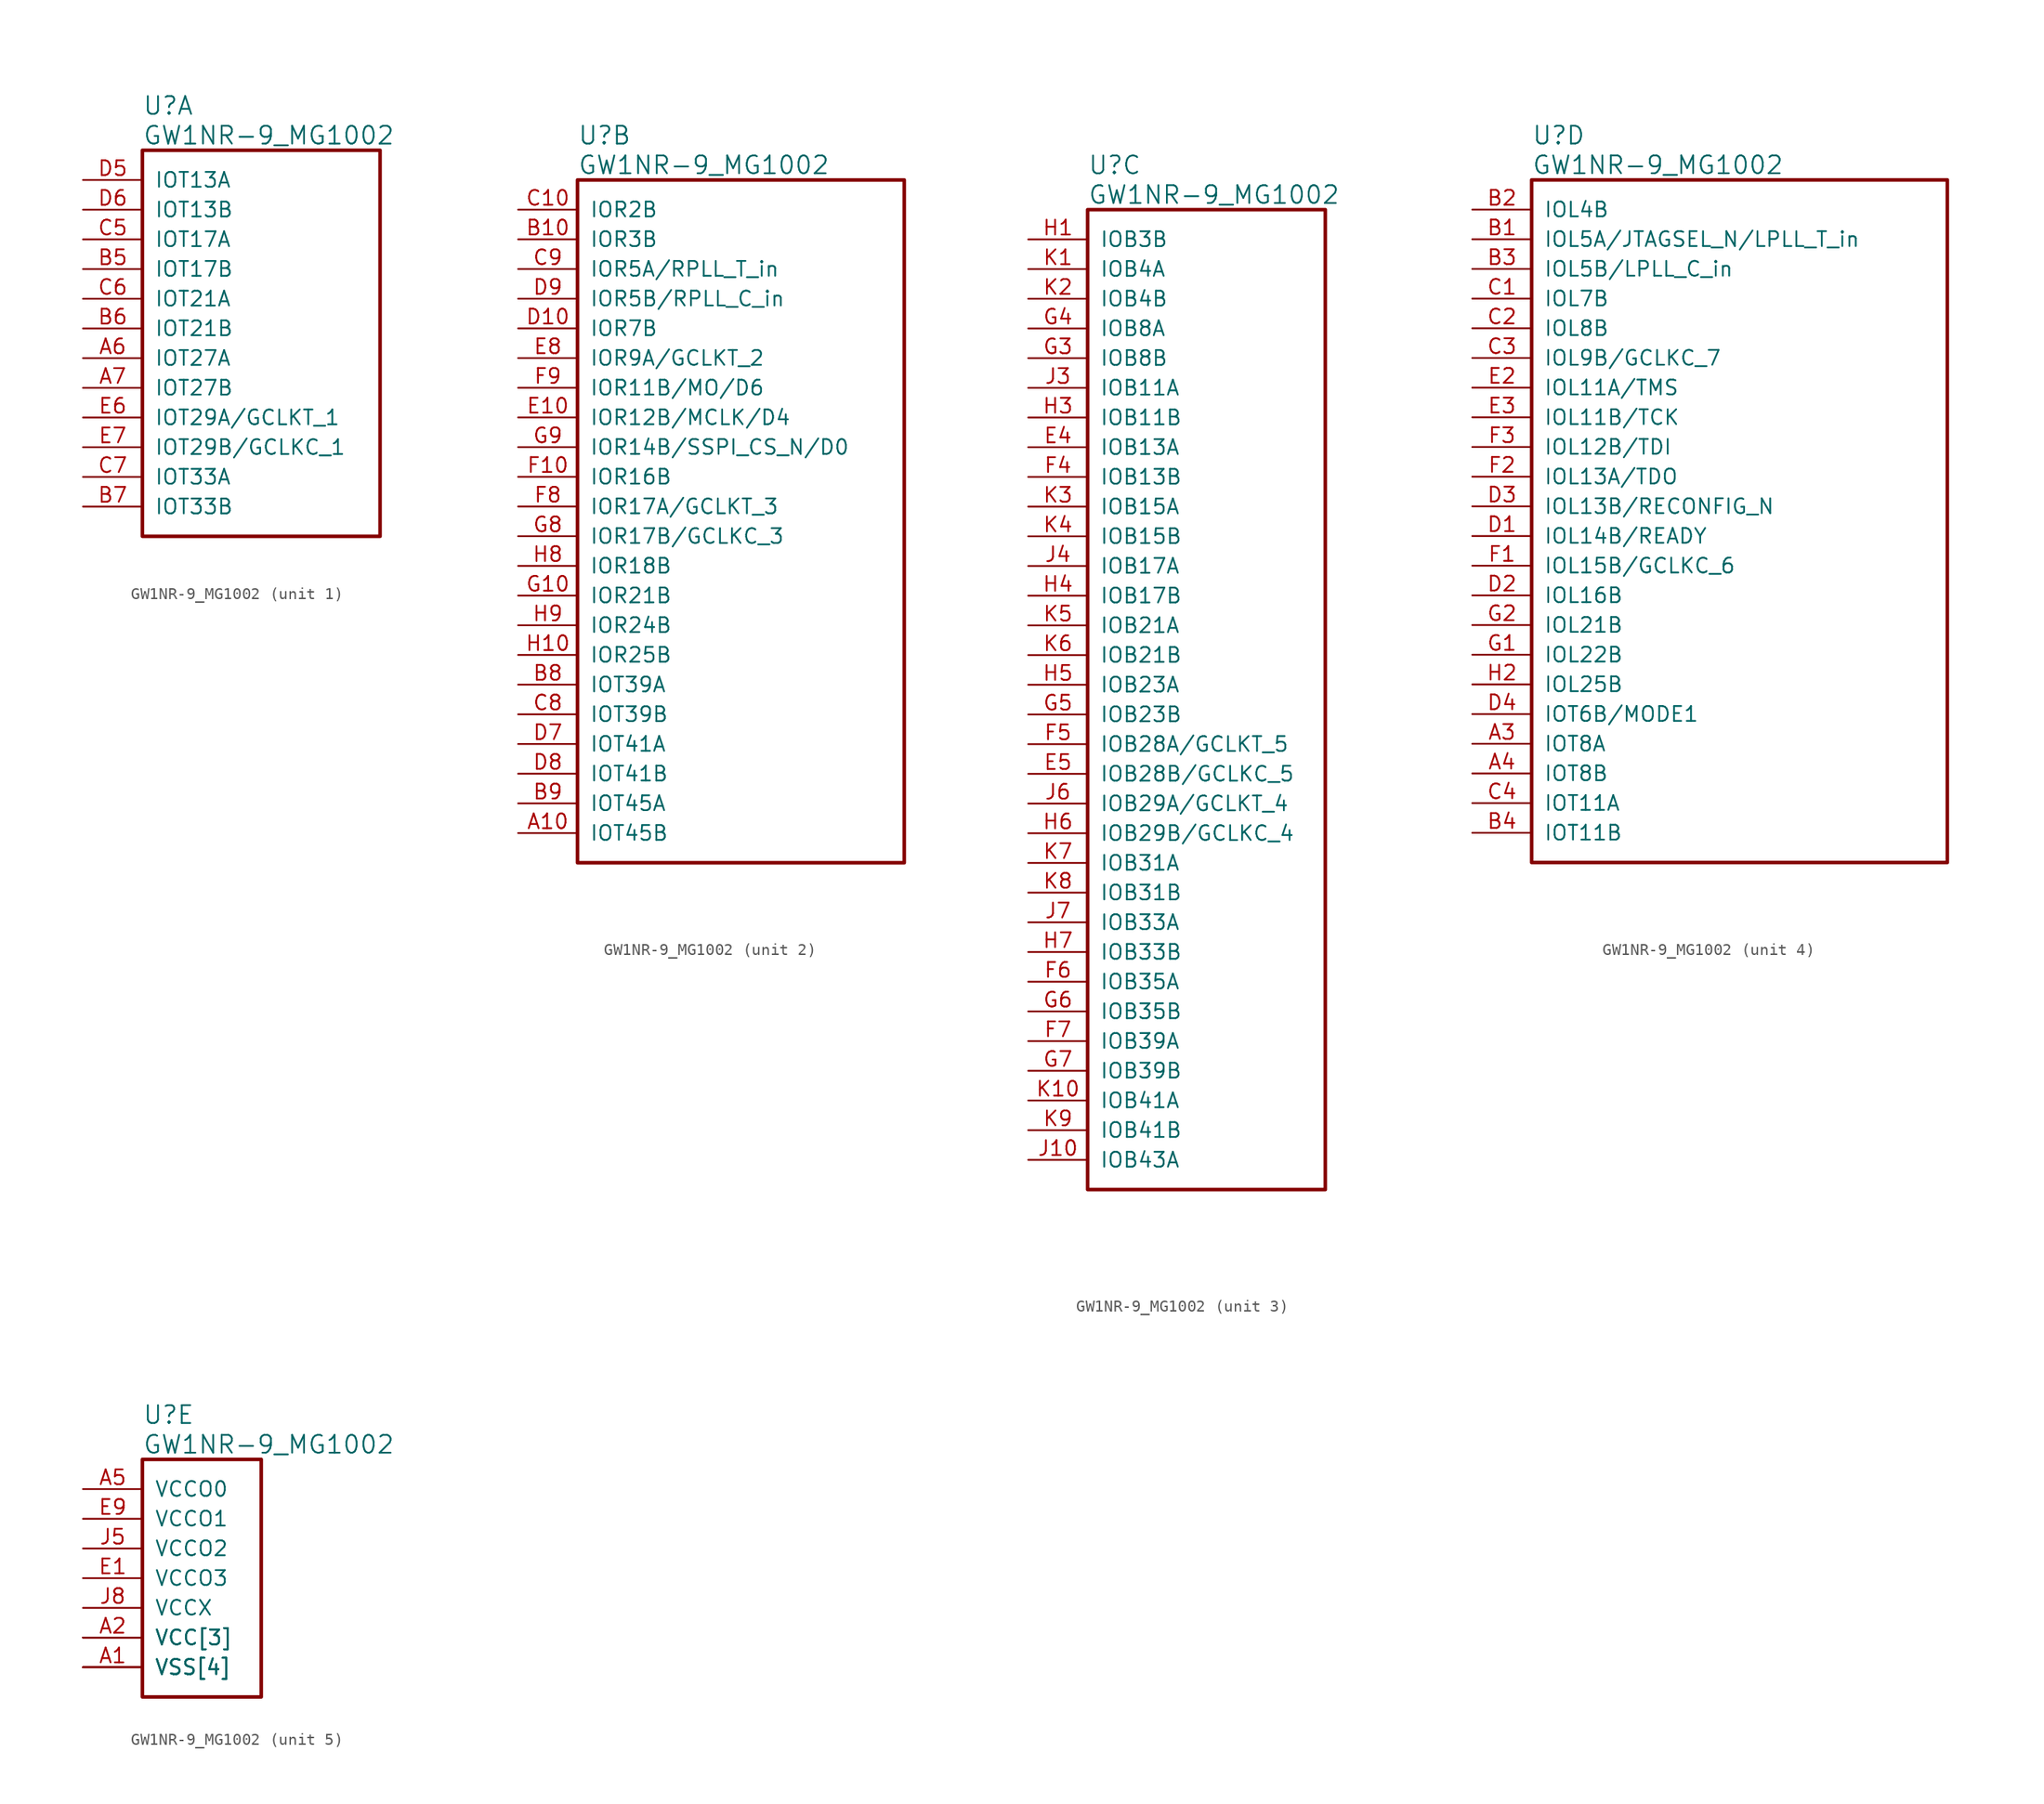
<source format=kicad_sym>
(kicad_symbol_lib
  (version 20211014)
  (generator kicad_symbol_editor)
  (symbol "GW1NR-9_MG1002"
    (pin_names
      (offset 1.016))
    (property "Reference" "U"
      (at 5.08 6.35 0)
      (effects (font (size 1.524 1.524)) (justify left)))
    (property "Value" "GW1NR-9_MG1002"
      (at 5.08 3.81 0)
      (effects (font (size 1.524 1.524)) (justify left)))
    (property "ki_locked" ""
      (at 0 0 0)
      (effects (font (size 1.27 1.27))))
    (symbol "GW1NR-9_MG1002_1_1"
      (rectangle (start 5.08 2.54) (end 25.4 -30.48) (stroke (width 0.305) (type default) (color 0 0 0 0)) (fill (type none)))
      (pin bidirectional line (at 0 -15.24 0) (length 5.08) (name "IOT27A" (effects (font (size 1.27 1.27)))) (number "A6" (effects (font (size 1.27 1.27)))))
      (pin bidirectional line (at 0 -17.78 0) (length 5.08) (name "IOT27B" (effects (font (size 1.27 1.27)))) (number "A7" (effects (font (size 1.27 1.27)))))
      (pin bidirectional line (at 0 -7.62 0) (length 5.08) (name "IOT17B" (effects (font (size 1.27 1.27)))) (number "B5" (effects (font (size 1.27 1.27)))))
      (pin bidirectional line (at 0 -12.7 0) (length 5.08) (name "IOT21B" (effects (font (size 1.27 1.27)))) (number "B6" (effects (font (size 1.27 1.27)))))
      (pin bidirectional line (at 0 -27.94 0) (length 5.08) (name "IOT33B" (effects (font (size 1.27 1.27)))) (number "B7" (effects (font (size 1.27 1.27)))))
      (pin bidirectional line (at 0 -5.08 0) (length 5.08) (name "IOT17A" (effects (font (size 1.27 1.27)))) (number "C5" (effects (font (size 1.27 1.27)))))
      (pin bidirectional line (at 0 -10.16 0) (length 5.08) (name "IOT21A" (effects (font (size 1.27 1.27)))) (number "C6" (effects (font (size 1.27 1.27)))))
      (pin bidirectional line (at 0 -25.4 0) (length 5.08) (name "IOT33A" (effects (font (size 1.27 1.27)))) (number "C7" (effects (font (size 1.27 1.27)))))
      (pin bidirectional line (at 0 0 0) (length 5.08) (name "IOT13A" (effects (font (size 1.27 1.27)))) (number "D5" (effects (font (size 1.27 1.27)))))
      (pin bidirectional line (at 0 -2.54 0) (length 5.08) (name "IOT13B" (effects (font (size 1.27 1.27)))) (number "D6" (effects (font (size 1.27 1.27)))))
      (pin bidirectional line (at 0 -20.32 0) (length 5.08) (name "IOT29A/GCLKT_1" (effects (font (size 1.27 1.27)))) (number "E6" (effects (font (size 1.27 1.27)))))
      (pin bidirectional line (at 0 -22.86 0) (length 5.08) (name "IOT29B/GCLKC_1" (effects (font (size 1.27 1.27)))) (number "E7" (effects (font (size 1.27 1.27))))))
    (symbol "GW1NR-9_MG1002_2_1"
      (rectangle (start 5.08 2.54) (end 33.02 -55.88) (stroke (width 0.305) (type default) (color 0 0 0 0)) (fill (type none)))
      (pin bidirectional line (at 0 -53.34 0) (length 5.08) (name "IOT45B" (effects (font (size 1.27 1.27)))) (number "A10" (effects (font (size 1.27 1.27)))))
      (pin bidirectional line (at 0 -2.54 0) (length 5.08) (name "IOR3B" (effects (font (size 1.27 1.27)))) (number "B10" (effects (font (size 1.27 1.27)))))
      (pin bidirectional line (at 0 -40.64 0) (length 5.08) (name "IOT39A" (effects (font (size 1.27 1.27)))) (number "B8" (effects (font (size 1.27 1.27)))))
      (pin bidirectional line (at 0 -50.8 0) (length 5.08) (name "IOT45A" (effects (font (size 1.27 1.27)))) (number "B9" (effects (font (size 1.27 1.27)))))
      (pin bidirectional line (at 0 0 0) (length 5.08) (name "IOR2B" (effects (font (size 1.27 1.27)))) (number "C10" (effects (font (size 1.27 1.27)))))
      (pin bidirectional line (at 0 -43.18 0) (length 5.08) (name "IOT39B" (effects (font (size 1.27 1.27)))) (number "C8" (effects (font (size 1.27 1.27)))))
      (pin bidirectional line (at 0 -5.08 0) (length 5.08) (name "IOR5A/RPLL_T_in" (effects (font (size 1.27 1.27)))) (number "C9" (effects (font (size 1.27 1.27)))))
      (pin bidirectional line (at 0 -10.16 0) (length 5.08) (name "IOR7B" (effects (font (size 1.27 1.27)))) (number "D10" (effects (font (size 1.27 1.27)))))
      (pin bidirectional line (at 0 -45.72 0) (length 5.08) (name "IOT41A" (effects (font (size 1.27 1.27)))) (number "D7" (effects (font (size 1.27 1.27)))))
      (pin bidirectional line (at 0 -48.26 0) (length 5.08) (name "IOT41B" (effects (font (size 1.27 1.27)))) (number "D8" (effects (font (size 1.27 1.27)))))
      (pin bidirectional line (at 0 -7.62 0) (length 5.08) (name "IOR5B/RPLL_C_in" (effects (font (size 1.27 1.27)))) (number "D9" (effects (font (size 1.27 1.27)))))
      (pin bidirectional line (at 0 -17.78 0) (length 5.08) (name "IOR12B/MCLK/D4" (effects (font (size 1.27 1.27)))) (number "E10" (effects (font (size 1.27 1.27)))))
      (pin bidirectional line (at 0 -12.7 0) (length 5.08) (name "IOR9A/GCLKT_2" (effects (font (size 1.27 1.27)))) (number "E8" (effects (font (size 1.27 1.27)))))
      (pin bidirectional line (at 0 -22.86 0) (length 5.08) (name "IOR16B" (effects (font (size 1.27 1.27)))) (number "F10" (effects (font (size 1.27 1.27)))))
      (pin bidirectional line (at 0 -25.4 0) (length 5.08) (name "IOR17A/GCLKT_3" (effects (font (size 1.27 1.27)))) (number "F8" (effects (font (size 1.27 1.27)))))
      (pin bidirectional line (at 0 -15.24 0) (length 5.08) (name "IOR11B/MO/D6" (effects (font (size 1.27 1.27)))) (number "F9" (effects (font (size 1.27 1.27)))))
      (pin bidirectional line (at 0 -33.02 0) (length 5.08) (name "IOR21B" (effects (font (size 1.27 1.27)))) (number "G10" (effects (font (size 1.27 1.27)))))
      (pin bidirectional line (at 0 -27.94 0) (length 5.08) (name "IOR17B/GCLKC_3" (effects (font (size 1.27 1.27)))) (number "G8" (effects (font (size 1.27 1.27)))))
      (pin bidirectional line (at 0 -20.32 0) (length 5.08) (name "IOR14B/SSPI_CS_N/D0" (effects (font (size 1.27 1.27)))) (number "G9" (effects (font (size 1.27 1.27)))))
      (pin bidirectional line (at 0 -38.1 0) (length 5.08) (name "IOR25B" (effects (font (size 1.27 1.27)))) (number "H10" (effects (font (size 1.27 1.27)))))
      (pin bidirectional line (at 0 -30.48 0) (length 5.08) (name "IOR18B" (effects (font (size 1.27 1.27)))) (number "H8" (effects (font (size 1.27 1.27)))))
      (pin bidirectional line (at 0 -35.56 0) (length 5.08) (name "IOR24B" (effects (font (size 1.27 1.27)))) (number "H9" (effects (font (size 1.27 1.27))))))
    (symbol "GW1NR-9_MG1002_3_1"
      (rectangle (start 5.08 2.54) (end 25.4 -81.28) (stroke (width 0.305) (type default) (color 0 0 0 0)) (fill (type none)))
      (pin bidirectional line (at 0 -17.78 0) (length 5.08) (name "IOB13A" (effects (font (size 1.27 1.27)))) (number "E4" (effects (font (size 1.27 1.27)))))
      (pin bidirectional line (at 0 -45.72 0) (length 5.08) (name "IOB28B/GCLKC_5" (effects (font (size 1.27 1.27)))) (number "E5" (effects (font (size 1.27 1.27)))))
      (pin bidirectional line (at 0 -20.32 0) (length 5.08) (name "IOB13B" (effects (font (size 1.27 1.27)))) (number "F4" (effects (font (size 1.27 1.27)))))
      (pin bidirectional line (at 0 -43.18 0) (length 5.08) (name "IOB28A/GCLKT_5" (effects (font (size 1.27 1.27)))) (number "F5" (effects (font (size 1.27 1.27)))))
      (pin bidirectional line (at 0 -63.5 0) (length 5.08) (name "IOB35A" (effects (font (size 1.27 1.27)))) (number "F6" (effects (font (size 1.27 1.27)))))
      (pin bidirectional line (at 0 -68.58 0) (length 5.08) (name "IOB39A" (effects (font (size 1.27 1.27)))) (number "F7" (effects (font (size 1.27 1.27)))))
      (pin bidirectional line (at 0 -10.16 0) (length 5.08) (name "IOB8B" (effects (font (size 1.27 1.27)))) (number "G3" (effects (font (size 1.27 1.27)))))
      (pin bidirectional line (at 0 -7.62 0) (length 5.08) (name "IOB8A" (effects (font (size 1.27 1.27)))) (number "G4" (effects (font (size 1.27 1.27)))))
      (pin bidirectional line (at 0 -40.64 0) (length 5.08) (name "IOB23B" (effects (font (size 1.27 1.27)))) (number "G5" (effects (font (size 1.27 1.27)))))
      (pin bidirectional line (at 0 -66.04 0) (length 5.08) (name "IOB35B" (effects (font (size 1.27 1.27)))) (number "G6" (effects (font (size 1.27 1.27)))))
      (pin bidirectional line (at 0 -71.12 0) (length 5.08) (name "IOB39B" (effects (font (size 1.27 1.27)))) (number "G7" (effects (font (size 1.27 1.27)))))
      (pin bidirectional line (at 0 0 0) (length 5.08) (name "IOB3B" (effects (font (size 1.27 1.27)))) (number "H1" (effects (font (size 1.27 1.27)))))
      (pin bidirectional line (at 0 -15.24 0) (length 5.08) (name "IOB11B" (effects (font (size 1.27 1.27)))) (number "H3" (effects (font (size 1.27 1.27)))))
      (pin bidirectional line (at 0 -30.48 0) (length 5.08) (name "IOB17B" (effects (font (size 1.27 1.27)))) (number "H4" (effects (font (size 1.27 1.27)))))
      (pin bidirectional line (at 0 -38.1 0) (length 5.08) (name "IOB23A" (effects (font (size 1.27 1.27)))) (number "H5" (effects (font (size 1.27 1.27)))))
      (pin bidirectional line (at 0 -50.8 0) (length 5.08) (name "IOB29B/GCLKC_4" (effects (font (size 1.27 1.27)))) (number "H6" (effects (font (size 1.27 1.27)))))
      (pin bidirectional line (at 0 -60.96 0) (length 5.08) (name "IOB33B" (effects (font (size 1.27 1.27)))) (number "H7" (effects (font (size 1.27 1.27)))))
      (pin bidirectional line (at 0 -78.74 0) (length 5.08) (name "IOB43A" (effects (font (size 1.27 1.27)))) (number "J10" (effects (font (size 1.27 1.27)))))
      (pin bidirectional line (at 0 -12.7 0) (length 5.08) (name "IOB11A" (effects (font (size 1.27 1.27)))) (number "J3" (effects (font (size 1.27 1.27)))))
      (pin bidirectional line (at 0 -27.94 0) (length 5.08) (name "IOB17A" (effects (font (size 1.27 1.27)))) (number "J4" (effects (font (size 1.27 1.27)))))
      (pin bidirectional line (at 0 -48.26 0) (length 5.08) (name "IOB29A/GCLKT_4" (effects (font (size 1.27 1.27)))) (number "J6" (effects (font (size 1.27 1.27)))))
      (pin bidirectional line (at 0 -58.42 0) (length 5.08) (name "IOB33A" (effects (font (size 1.27 1.27)))) (number "J7" (effects (font (size 1.27 1.27)))))
      (pin bidirectional line (at 0 -2.54 0) (length 5.08) (name "IOB4A" (effects (font (size 1.27 1.27)))) (number "K1" (effects (font (size 1.27 1.27)))))
      (pin bidirectional line (at 0 -73.66 0) (length 5.08) (name "IOB41A" (effects (font (size 1.27 1.27)))) (number "K10" (effects (font (size 1.27 1.27)))))
      (pin bidirectional line (at 0 -5.08 0) (length 5.08) (name "IOB4B" (effects (font (size 1.27 1.27)))) (number "K2" (effects (font (size 1.27 1.27)))))
      (pin bidirectional line (at 0 -22.86 0) (length 5.08) (name "IOB15A" (effects (font (size 1.27 1.27)))) (number "K3" (effects (font (size 1.27 1.27)))))
      (pin bidirectional line (at 0 -25.4 0) (length 5.08) (name "IOB15B" (effects (font (size 1.27 1.27)))) (number "K4" (effects (font (size 1.27 1.27)))))
      (pin bidirectional line (at 0 -33.02 0) (length 5.08) (name "IOB21A" (effects (font (size 1.27 1.27)))) (number "K5" (effects (font (size 1.27 1.27)))))
      (pin bidirectional line (at 0 -35.56 0) (length 5.08) (name "IOB21B" (effects (font (size 1.27 1.27)))) (number "K6" (effects (font (size 1.27 1.27)))))
      (pin bidirectional line (at 0 -53.34 0) (length 5.08) (name "IOB31A" (effects (font (size 1.27 1.27)))) (number "K7" (effects (font (size 1.27 1.27)))))
      (pin bidirectional line (at 0 -55.88 0) (length 5.08) (name "IOB31B" (effects (font (size 1.27 1.27)))) (number "K8" (effects (font (size 1.27 1.27)))))
      (pin bidirectional line (at 0 -76.2 0) (length 5.08) (name "IOB41B" (effects (font (size 1.27 1.27)))) (number "K9" (effects (font (size 1.27 1.27))))))
    (symbol "GW1NR-9_MG1002_4_1"
      (rectangle (start 5.08 2.54) (end 40.64 -55.88) (stroke (width 0.305) (type default) (color 0 0 0 0)) (fill (type none)))
      (pin bidirectional line (at 0 -45.72 0) (length 5.08) (name "IOT8A" (effects (font (size 1.27 1.27)))) (number "A3" (effects (font (size 1.27 1.27)))))
      (pin bidirectional line (at 0 -48.26 0) (length 5.08) (name "IOT8B" (effects (font (size 1.27 1.27)))) (number "A4" (effects (font (size 1.27 1.27)))))
      (pin bidirectional line (at 0 -2.54 0) (length 5.08) (name "IOL5A/JTAGSEL_N/LPLL_T_in" (effects (font (size 1.27 1.27)))) (number "B1" (effects (font (size 1.27 1.27)))))
      (pin bidirectional line (at 0 0 0) (length 5.08) (name "IOL4B" (effects (font (size 1.27 1.27)))) (number "B2" (effects (font (size 1.27 1.27)))))
      (pin bidirectional line (at 0 -5.08 0) (length 5.08) (name "IOL5B/LPLL_C_in" (effects (font (size 1.27 1.27)))) (number "B3" (effects (font (size 1.27 1.27)))))
      (pin bidirectional line (at 0 -53.34 0) (length 5.08) (name "IOT11B" (effects (font (size 1.27 1.27)))) (number "B4" (effects (font (size 1.27 1.27)))))
      (pin bidirectional line (at 0 -7.62 0) (length 5.08) (name "IOL7B" (effects (font (size 1.27 1.27)))) (number "C1" (effects (font (size 1.27 1.27)))))
      (pin bidirectional line (at 0 -10.16 0) (length 5.08) (name "IOL8B" (effects (font (size 1.27 1.27)))) (number "C2" (effects (font (size 1.27 1.27)))))
      (pin bidirectional line (at 0 -12.7 0) (length 5.08) (name "IOL9B/GCLKC_7" (effects (font (size 1.27 1.27)))) (number "C3" (effects (font (size 1.27 1.27)))))
      (pin bidirectional line (at 0 -50.8 0) (length 5.08) (name "IOT11A" (effects (font (size 1.27 1.27)))) (number "C4" (effects (font (size 1.27 1.27)))))
      (pin bidirectional line (at 0 -27.94 0) (length 5.08) (name "IOL14B/READY" (effects (font (size 1.27 1.27)))) (number "D1" (effects (font (size 1.27 1.27)))))
      (pin bidirectional line (at 0 -33.02 0) (length 5.08) (name "IOL16B" (effects (font (size 1.27 1.27)))) (number "D2" (effects (font (size 1.27 1.27)))))
      (pin bidirectional line (at 0 -25.4 0) (length 5.08) (name "IOL13B/RECONFIG_N" (effects (font (size 1.27 1.27)))) (number "D3" (effects (font (size 1.27 1.27)))))
      (pin bidirectional line (at 0 -43.18 0) (length 5.08) (name "IOT6B/MODE1" (effects (font (size 1.27 1.27)))) (number "D4" (effects (font (size 1.27 1.27)))))
      (pin bidirectional line (at 0 -15.24 0) (length 5.08) (name "IOL11A/TMS" (effects (font (size 1.27 1.27)))) (number "E2" (effects (font (size 1.27 1.27)))))
      (pin bidirectional line (at 0 -17.78 0) (length 5.08) (name "IOL11B/TCK" (effects (font (size 1.27 1.27)))) (number "E3" (effects (font (size 1.27 1.27)))))
      (pin bidirectional line (at 0 -30.48 0) (length 5.08) (name "IOL15B/GCLKC_6" (effects (font (size 1.27 1.27)))) (number "F1" (effects (font (size 1.27 1.27)))))
      (pin bidirectional line (at 0 -22.86 0) (length 5.08) (name "IOL13A/TDO" (effects (font (size 1.27 1.27)))) (number "F2" (effects (font (size 1.27 1.27)))))
      (pin bidirectional line (at 0 -20.32 0) (length 5.08) (name "IOL12B/TDI" (effects (font (size 1.27 1.27)))) (number "F3" (effects (font (size 1.27 1.27)))))
      (pin bidirectional line (at 0 -38.1 0) (length 5.08) (name "IOL22B" (effects (font (size 1.27 1.27)))) (number "G1" (effects (font (size 1.27 1.27)))))
      (pin bidirectional line (at 0 -35.56 0) (length 5.08) (name "IOL21B" (effects (font (size 1.27 1.27)))) (number "G2" (effects (font (size 1.27 1.27)))))
      (pin bidirectional line (at 0 -40.64 0) (length 5.08) (name "IOL25B" (effects (font (size 1.27 1.27)))) (number "H2" (effects (font (size 1.27 1.27))))))
    (symbol "GW1NR-9_MG1002_5_1"
      (rectangle (start 5.08 2.54) (end 15.24 -17.78) (stroke (width 0.305) (type default) (color 0 0 0 0)) (fill (type none)))
      (pin power_in line (at 0 -15.24 0) (length 5.08) (name "VSS[4]" (effects (font (size 1.27 1.27)))) (number "A1" (effects (font (size 1.27 1.27)))))
      (pin power_in line (at 0 -12.7 0) (length 5.08) (name "VCC[3]" (effects (font (size 1.27 1.27)))) (number "A2" (effects (font (size 1.27 1.27)))))
      (pin power_in line (at 0 0 0) (length 5.08) (name "VCCO0" (effects (font (size 1.27 1.27)))) (number "A5" (effects (font (size 1.27 1.27)))))
      (pin power_in line (at 0 -12.7 0) (length 5.08) (name "VCC[3]" (effects (font (size 1.27 1.27)))) (number "A8" (effects (font (size 0 0)))))
      (pin power_in line (at 0 -15.24 0) (length 5.08) (name "VSS[4]" (effects (font (size 1.27 1.27)))) (number "A9" (effects (font (size 0 0)))))
      (pin power_in line (at 0 -7.62 0) (length 5.08) (name "VCCO3" (effects (font (size 1.27 1.27)))) (number "E1" (effects (font (size 1.27 1.27)))))
      (pin power_in line (at 0 -2.54 0) (length 5.08) (name "VCCO1" (effects (font (size 1.27 1.27)))) (number "E9" (effects (font (size 1.27 1.27)))))
      (pin power_in line (at 0 -15.24 0) (length 5.08) (name "VSS[4]" (effects (font (size 1.27 1.27)))) (number "J1" (effects (font (size 0 0)))))
      (pin power_in line (at 0 -12.7 0) (length 5.08) (name "VCC[3]" (effects (font (size 1.27 1.27)))) (number "J2" (effects (font (size 0 0)))))
      (pin power_in line (at 0 -5.08 0) (length 5.08) (name "VCCO2" (effects (font (size 1.27 1.27)))) (number "J5" (effects (font (size 1.27 1.27)))))
      (pin power_in line (at 0 -10.16 0) (length 5.08) (name "VCCX" (effects (font (size 1.27 1.27)))) (number "J8" (effects (font (size 1.27 1.27)))))
      (pin power_in line (at 0 -15.24 0) (length 5.08) (name "VSS[4]" (effects (font (size 1.27 1.27)))) (number "J9" (effects (font (size 0 0))))))))
</source>
